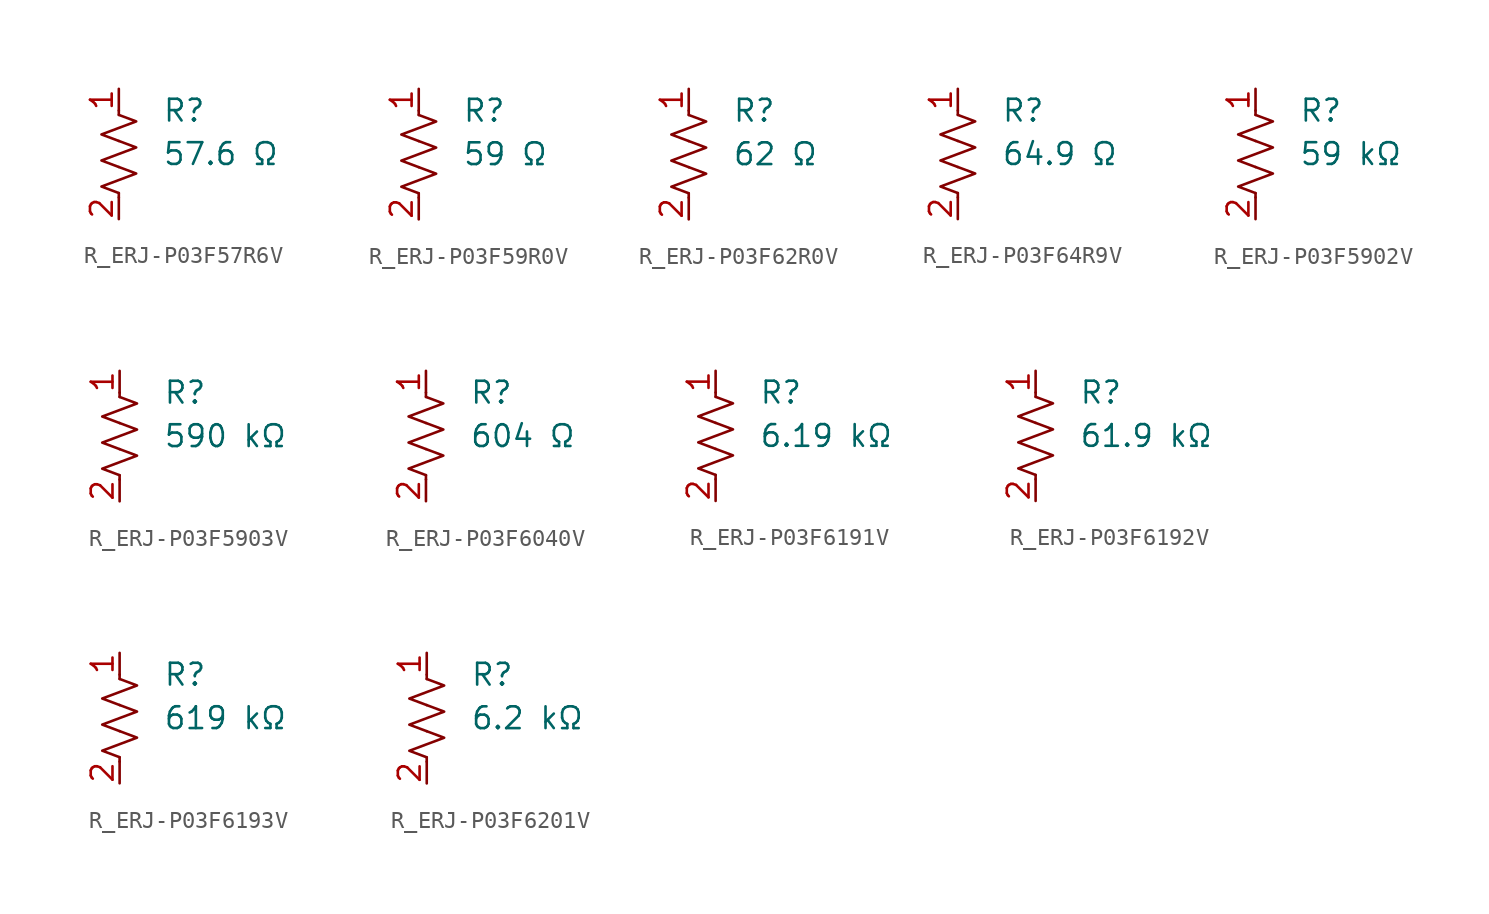
<source format=kicad_sym>
(kicad_symbol_lib
  (version 20231120)
  (generator "kicad_symbol_editor")
  (generator_version "8.0")
  (symbol "R_ERJ-P03F57R6V"
    (pin_names
      (offset 0.254))
    (property "Value" "57.6 Ω"
      (at 2.54 0 0)
      (effects (font (size 1.27 1.27)) (justify left)))
    (property "Reference" "R"
      (at 2.54 2.54 0)
      (effects (font (size 1.27 1.27)) (justify left)))
    (symbol "R_ERJ-P03F57R6V_0_1"
      (polyline (pts (xy 0 -2.286) (xy 0 -2.54)) (stroke (width 0) (type default)) (fill (type none)))
      (polyline (pts (xy 0 2.286) (xy 0 2.54)) (stroke (width 0) (type default)) (fill (type none)))
      (polyline (pts (xy 0 -0.762) (xy 1.016 -1.143) (xy 0 -1.524) (xy -1.016 -1.905) (xy 0 -2.286)) (stroke (width 0) (type default)) (fill (type none)))
      (polyline (pts (xy 0 0.762) (xy 1.016 0.381) (xy 0 0) (xy -1.016 -0.381) (xy 0 -0.762)) (stroke (width 0) (type default)) (fill (type none)))
      (polyline (pts (xy 0 2.286) (xy 1.016 1.905) (xy 0 1.524) (xy -1.016 1.143) (xy 0 0.762)) (stroke (width 0) (type default)) (fill (type none))))
    (symbol "R_ERJ-P03F57R6V_1_1"
      (pin passive line (at 0 3.81 270) (length 1.27) (name "~" (effects (font (size 1.27 1.27)))) (number "1" (effects (font (size 1.27 1.27)))))
      (pin passive line (at 0 -3.81 90) (length 1.27) (name "~" (effects (font (size 1.27 1.27)))) (number "2" (effects (font (size 1.27 1.27)))))))
  (symbol "R_ERJ-P03F59R0V"
    (pin_names
      (offset 0.254))
    (property "Value" "59 Ω"
      (at 2.54 0 0)
      (effects (font (size 1.27 1.27)) (justify left)))
    (property "Reference" "R"
      (at 2.54 2.54 0)
      (effects (font (size 1.27 1.27)) (justify left)))
    (symbol "R_ERJ-P03F59R0V_0_1"
      (polyline (pts (xy 0 -2.286) (xy 0 -2.54)) (stroke (width 0) (type default)) (fill (type none)))
      (polyline (pts (xy 0 2.286) (xy 0 2.54)) (stroke (width 0) (type default)) (fill (type none)))
      (polyline (pts (xy 0 -0.762) (xy 1.016 -1.143) (xy 0 -1.524) (xy -1.016 -1.905) (xy 0 -2.286)) (stroke (width 0) (type default)) (fill (type none)))
      (polyline (pts (xy 0 0.762) (xy 1.016 0.381) (xy 0 0) (xy -1.016 -0.381) (xy 0 -0.762)) (stroke (width 0) (type default)) (fill (type none)))
      (polyline (pts (xy 0 2.286) (xy 1.016 1.905) (xy 0 1.524) (xy -1.016 1.143) (xy 0 0.762)) (stroke (width 0) (type default)) (fill (type none))))
    (symbol "R_ERJ-P03F59R0V_1_1"
      (pin passive line (at 0 3.81 270) (length 1.27) (name "~" (effects (font (size 1.27 1.27)))) (number "1" (effects (font (size 1.27 1.27)))))
      (pin passive line (at 0 -3.81 90) (length 1.27) (name "~" (effects (font (size 1.27 1.27)))) (number "2" (effects (font (size 1.27 1.27)))))))
  (symbol "R_ERJ-P03F62R0V"
    (pin_names
      (offset 0.254))
    (property "Value" "62 Ω"
      (at 2.54 0 0)
      (effects (font (size 1.27 1.27)) (justify left)))
    (property "Reference" "R"
      (at 2.54 2.54 0)
      (effects (font (size 1.27 1.27)) (justify left)))
    (symbol "R_ERJ-P03F62R0V_0_1"
      (polyline (pts (xy 0 -2.286) (xy 0 -2.54)) (stroke (width 0) (type default)) (fill (type none)))
      (polyline (pts (xy 0 2.286) (xy 0 2.54)) (stroke (width 0) (type default)) (fill (type none)))
      (polyline (pts (xy 0 -0.762) (xy 1.016 -1.143) (xy 0 -1.524) (xy -1.016 -1.905) (xy 0 -2.286)) (stroke (width 0) (type default)) (fill (type none)))
      (polyline (pts (xy 0 0.762) (xy 1.016 0.381) (xy 0 0) (xy -1.016 -0.381) (xy 0 -0.762)) (stroke (width 0) (type default)) (fill (type none)))
      (polyline (pts (xy 0 2.286) (xy 1.016 1.905) (xy 0 1.524) (xy -1.016 1.143) (xy 0 0.762)) (stroke (width 0) (type default)) (fill (type none))))
    (symbol "R_ERJ-P03F62R0V_1_1"
      (pin passive line (at 0 3.81 270) (length 1.27) (name "~" (effects (font (size 1.27 1.27)))) (number "1" (effects (font (size 1.27 1.27)))))
      (pin passive line (at 0 -3.81 90) (length 1.27) (name "~" (effects (font (size 1.27 1.27)))) (number "2" (effects (font (size 1.27 1.27)))))))
  (symbol "R_ERJ-P03F64R9V"
    (pin_names
      (offset 0.254))
    (property "Value" "64.9 Ω"
      (at 2.54 0 0)
      (effects (font (size 1.27 1.27)) (justify left)))
    (property "Reference" "R"
      (at 2.54 2.54 0)
      (effects (font (size 1.27 1.27)) (justify left)))
    (symbol "R_ERJ-P03F64R9V_0_1"
      (polyline (pts (xy 0 -2.286) (xy 0 -2.54)) (stroke (width 0) (type default)) (fill (type none)))
      (polyline (pts (xy 0 2.286) (xy 0 2.54)) (stroke (width 0) (type default)) (fill (type none)))
      (polyline (pts (xy 0 -0.762) (xy 1.016 -1.143) (xy 0 -1.524) (xy -1.016 -1.905) (xy 0 -2.286)) (stroke (width 0) (type default)) (fill (type none)))
      (polyline (pts (xy 0 0.762) (xy 1.016 0.381) (xy 0 0) (xy -1.016 -0.381) (xy 0 -0.762)) (stroke (width 0) (type default)) (fill (type none)))
      (polyline (pts (xy 0 2.286) (xy 1.016 1.905) (xy 0 1.524) (xy -1.016 1.143) (xy 0 0.762)) (stroke (width 0) (type default)) (fill (type none))))
    (symbol "R_ERJ-P03F64R9V_1_1"
      (pin passive line (at 0 3.81 270) (length 1.27) (name "~" (effects (font (size 1.27 1.27)))) (number "1" (effects (font (size 1.27 1.27)))))
      (pin passive line (at 0 -3.81 90) (length 1.27) (name "~" (effects (font (size 1.27 1.27)))) (number "2" (effects (font (size 1.27 1.27)))))))
  (symbol "R_ERJ-P03F5902V"
    (pin_names
      (offset 0.254))
    (property "Value" "59 kΩ"
      (at 2.54 0 0)
      (effects (font (size 1.27 1.27)) (justify left)))
    (property "Reference" "R"
      (at 2.54 2.54 0)
      (effects (font (size 1.27 1.27)) (justify left)))
    (symbol "R_ERJ-P03F5902V_0_1"
      (polyline (pts (xy 0 -2.286) (xy 0 -2.54)) (stroke (width 0) (type default)) (fill (type none)))
      (polyline (pts (xy 0 2.286) (xy 0 2.54)) (stroke (width 0) (type default)) (fill (type none)))
      (polyline (pts (xy 0 -0.762) (xy 1.016 -1.143) (xy 0 -1.524) (xy -1.016 -1.905) (xy 0 -2.286)) (stroke (width 0) (type default)) (fill (type none)))
      (polyline (pts (xy 0 0.762) (xy 1.016 0.381) (xy 0 0) (xy -1.016 -0.381) (xy 0 -0.762)) (stroke (width 0) (type default)) (fill (type none)))
      (polyline (pts (xy 0 2.286) (xy 1.016 1.905) (xy 0 1.524) (xy -1.016 1.143) (xy 0 0.762)) (stroke (width 0) (type default)) (fill (type none))))
    (symbol "R_ERJ-P03F5902V_1_1"
      (pin passive line (at 0 3.81 270) (length 1.27) (name "~" (effects (font (size 1.27 1.27)))) (number "1" (effects (font (size 1.27 1.27)))))
      (pin passive line (at 0 -3.81 90) (length 1.27) (name "~" (effects (font (size 1.27 1.27)))) (number "2" (effects (font (size 1.27 1.27)))))))
  (symbol "R_ERJ-P03F5903V"
    (pin_names
      (offset 0.254))
    (property "Value" "590 kΩ"
      (at 2.54 0 0)
      (effects (font (size 1.27 1.27)) (justify left)))
    (property "Reference" "R"
      (at 2.54 2.54 0)
      (effects (font (size 1.27 1.27)) (justify left)))
    (symbol "R_ERJ-P03F5903V_0_1"
      (polyline (pts (xy 0 -2.286) (xy 0 -2.54)) (stroke (width 0) (type default)) (fill (type none)))
      (polyline (pts (xy 0 2.286) (xy 0 2.54)) (stroke (width 0) (type default)) (fill (type none)))
      (polyline (pts (xy 0 -0.762) (xy 1.016 -1.143) (xy 0 -1.524) (xy -1.016 -1.905) (xy 0 -2.286)) (stroke (width 0) (type default)) (fill (type none)))
      (polyline (pts (xy 0 0.762) (xy 1.016 0.381) (xy 0 0) (xy -1.016 -0.381) (xy 0 -0.762)) (stroke (width 0) (type default)) (fill (type none)))
      (polyline (pts (xy 0 2.286) (xy 1.016 1.905) (xy 0 1.524) (xy -1.016 1.143) (xy 0 0.762)) (stroke (width 0) (type default)) (fill (type none))))
    (symbol "R_ERJ-P03F5903V_1_1"
      (pin passive line (at 0 3.81 270) (length 1.27) (name "~" (effects (font (size 1.27 1.27)))) (number "1" (effects (font (size 1.27 1.27)))))
      (pin passive line (at 0 -3.81 90) (length 1.27) (name "~" (effects (font (size 1.27 1.27)))) (number "2" (effects (font (size 1.27 1.27)))))))
  (symbol "R_ERJ-P03F6040V"
    (pin_names
      (offset 0.254))
    (property "Value" "604 Ω"
      (at 2.54 0 0)
      (effects (font (size 1.27 1.27)) (justify left)))
    (property "Reference" "R"
      (at 2.54 2.54 0)
      (effects (font (size 1.27 1.27)) (justify left)))
    (symbol "R_ERJ-P03F6040V_0_1"
      (polyline (pts (xy 0 -2.286) (xy 0 -2.54)) (stroke (width 0) (type default)) (fill (type none)))
      (polyline (pts (xy 0 2.286) (xy 0 2.54)) (stroke (width 0) (type default)) (fill (type none)))
      (polyline (pts (xy 0 -0.762) (xy 1.016 -1.143) (xy 0 -1.524) (xy -1.016 -1.905) (xy 0 -2.286)) (stroke (width 0) (type default)) (fill (type none)))
      (polyline (pts (xy 0 0.762) (xy 1.016 0.381) (xy 0 0) (xy -1.016 -0.381) (xy 0 -0.762)) (stroke (width 0) (type default)) (fill (type none)))
      (polyline (pts (xy 0 2.286) (xy 1.016 1.905) (xy 0 1.524) (xy -1.016 1.143) (xy 0 0.762)) (stroke (width 0) (type default)) (fill (type none))))
    (symbol "R_ERJ-P03F6040V_1_1"
      (pin passive line (at 0 3.81 270) (length 1.27) (name "~" (effects (font (size 1.27 1.27)))) (number "1" (effects (font (size 1.27 1.27)))))
      (pin passive line (at 0 -3.81 90) (length 1.27) (name "~" (effects (font (size 1.27 1.27)))) (number "2" (effects (font (size 1.27 1.27)))))))
  (symbol "R_ERJ-P03F6191V"
    (pin_names
      (offset 0.254))
    (property "Value" "6.19 kΩ"
      (at 2.54 0 0)
      (effects (font (size 1.27 1.27)) (justify left)))
    (property "Reference" "R"
      (at 2.54 2.54 0)
      (effects (font (size 1.27 1.27)) (justify left)))
    (symbol "R_ERJ-P03F6191V_0_1"
      (polyline (pts (xy 0 -2.286) (xy 0 -2.54)) (stroke (width 0) (type default)) (fill (type none)))
      (polyline (pts (xy 0 2.286) (xy 0 2.54)) (stroke (width 0) (type default)) (fill (type none)))
      (polyline (pts (xy 0 -0.762) (xy 1.016 -1.143) (xy 0 -1.524) (xy -1.016 -1.905) (xy 0 -2.286)) (stroke (width 0) (type default)) (fill (type none)))
      (polyline (pts (xy 0 0.762) (xy 1.016 0.381) (xy 0 0) (xy -1.016 -0.381) (xy 0 -0.762)) (stroke (width 0) (type default)) (fill (type none)))
      (polyline (pts (xy 0 2.286) (xy 1.016 1.905) (xy 0 1.524) (xy -1.016 1.143) (xy 0 0.762)) (stroke (width 0) (type default)) (fill (type none))))
    (symbol "R_ERJ-P03F6191V_1_1"
      (pin passive line (at 0 3.81 270) (length 1.27) (name "~" (effects (font (size 1.27 1.27)))) (number "1" (effects (font (size 1.27 1.27)))))
      (pin passive line (at 0 -3.81 90) (length 1.27) (name "~" (effects (font (size 1.27 1.27)))) (number "2" (effects (font (size 1.27 1.27)))))))
  (symbol "R_ERJ-P03F6192V"
    (pin_names
      (offset 0.254))
    (property "Value" "61.9 kΩ"
      (at 2.54 0 0)
      (effects (font (size 1.27 1.27)) (justify left)))
    (property "Reference" "R"
      (at 2.54 2.54 0)
      (effects (font (size 1.27 1.27)) (justify left)))
    (symbol "R_ERJ-P03F6192V_0_1"
      (polyline (pts (xy 0 -2.286) (xy 0 -2.54)) (stroke (width 0) (type default)) (fill (type none)))
      (polyline (pts (xy 0 2.286) (xy 0 2.54)) (stroke (width 0) (type default)) (fill (type none)))
      (polyline (pts (xy 0 -0.762) (xy 1.016 -1.143) (xy 0 -1.524) (xy -1.016 -1.905) (xy 0 -2.286)) (stroke (width 0) (type default)) (fill (type none)))
      (polyline (pts (xy 0 0.762) (xy 1.016 0.381) (xy 0 0) (xy -1.016 -0.381) (xy 0 -0.762)) (stroke (width 0) (type default)) (fill (type none)))
      (polyline (pts (xy 0 2.286) (xy 1.016 1.905) (xy 0 1.524) (xy -1.016 1.143) (xy 0 0.762)) (stroke (width 0) (type default)) (fill (type none))))
    (symbol "R_ERJ-P03F6192V_1_1"
      (pin passive line (at 0 3.81 270) (length 1.27) (name "~" (effects (font (size 1.27 1.27)))) (number "1" (effects (font (size 1.27 1.27)))))
      (pin passive line (at 0 -3.81 90) (length 1.27) (name "~" (effects (font (size 1.27 1.27)))) (number "2" (effects (font (size 1.27 1.27)))))))
  (symbol "R_ERJ-P03F6193V"
    (pin_names
      (offset 0.254))
    (property "Value" "619 kΩ"
      (at 2.54 0 0)
      (effects (font (size 1.27 1.27)) (justify left)))
    (property "Reference" "R"
      (at 2.54 2.54 0)
      (effects (font (size 1.27 1.27)) (justify left)))
    (symbol "R_ERJ-P03F6193V_0_1"
      (polyline (pts (xy 0 -2.286) (xy 0 -2.54)) (stroke (width 0) (type default)) (fill (type none)))
      (polyline (pts (xy 0 2.286) (xy 0 2.54)) (stroke (width 0) (type default)) (fill (type none)))
      (polyline (pts (xy 0 -0.762) (xy 1.016 -1.143) (xy 0 -1.524) (xy -1.016 -1.905) (xy 0 -2.286)) (stroke (width 0) (type default)) (fill (type none)))
      (polyline (pts (xy 0 0.762) (xy 1.016 0.381) (xy 0 0) (xy -1.016 -0.381) (xy 0 -0.762)) (stroke (width 0) (type default)) (fill (type none)))
      (polyline (pts (xy 0 2.286) (xy 1.016 1.905) (xy 0 1.524) (xy -1.016 1.143) (xy 0 0.762)) (stroke (width 0) (type default)) (fill (type none))))
    (symbol "R_ERJ-P03F6193V_1_1"
      (pin passive line (at 0 3.81 270) (length 1.27) (name "~" (effects (font (size 1.27 1.27)))) (number "1" (effects (font (size 1.27 1.27)))))
      (pin passive line (at 0 -3.81 90) (length 1.27) (name "~" (effects (font (size 1.27 1.27)))) (number "2" (effects (font (size 1.27 1.27)))))))
  (symbol "R_ERJ-P03F6201V"
    (pin_names
      (offset 0.254))
    (property "Value" "6.2 kΩ"
      (at 2.54 0 0)
      (effects (font (size 1.27 1.27)) (justify left)))
    (property "Reference" "R"
      (at 2.54 2.54 0)
      (effects (font (size 1.27 1.27)) (justify left)))
    (symbol "R_ERJ-P03F6201V_0_1"
      (polyline (pts (xy 0 -2.286) (xy 0 -2.54)) (stroke (width 0) (type default)) (fill (type none)))
      (polyline (pts (xy 0 2.286) (xy 0 2.54)) (stroke (width 0) (type default)) (fill (type none)))
      (polyline (pts (xy 0 -0.762) (xy 1.016 -1.143) (xy 0 -1.524) (xy -1.016 -1.905) (xy 0 -2.286)) (stroke (width 0) (type default)) (fill (type none)))
      (polyline (pts (xy 0 0.762) (xy 1.016 0.381) (xy 0 0) (xy -1.016 -0.381) (xy 0 -0.762)) (stroke (width 0) (type default)) (fill (type none)))
      (polyline (pts (xy 0 2.286) (xy 1.016 1.905) (xy 0 1.524) (xy -1.016 1.143) (xy 0 0.762)) (stroke (width 0) (type default)) (fill (type none))))
    (symbol "R_ERJ-P03F6201V_1_1"
      (pin passive line (at 0 3.81 270) (length 1.27) (name "~" (effects (font (size 1.27 1.27)))) (number "1" (effects (font (size 1.27 1.27)))))
      (pin passive line (at 0 -3.81 90) (length 1.27) (name "~" (effects (font (size 1.27 1.27)))) (number "2" (effects (font (size 1.27 1.27))))))))
</source>
